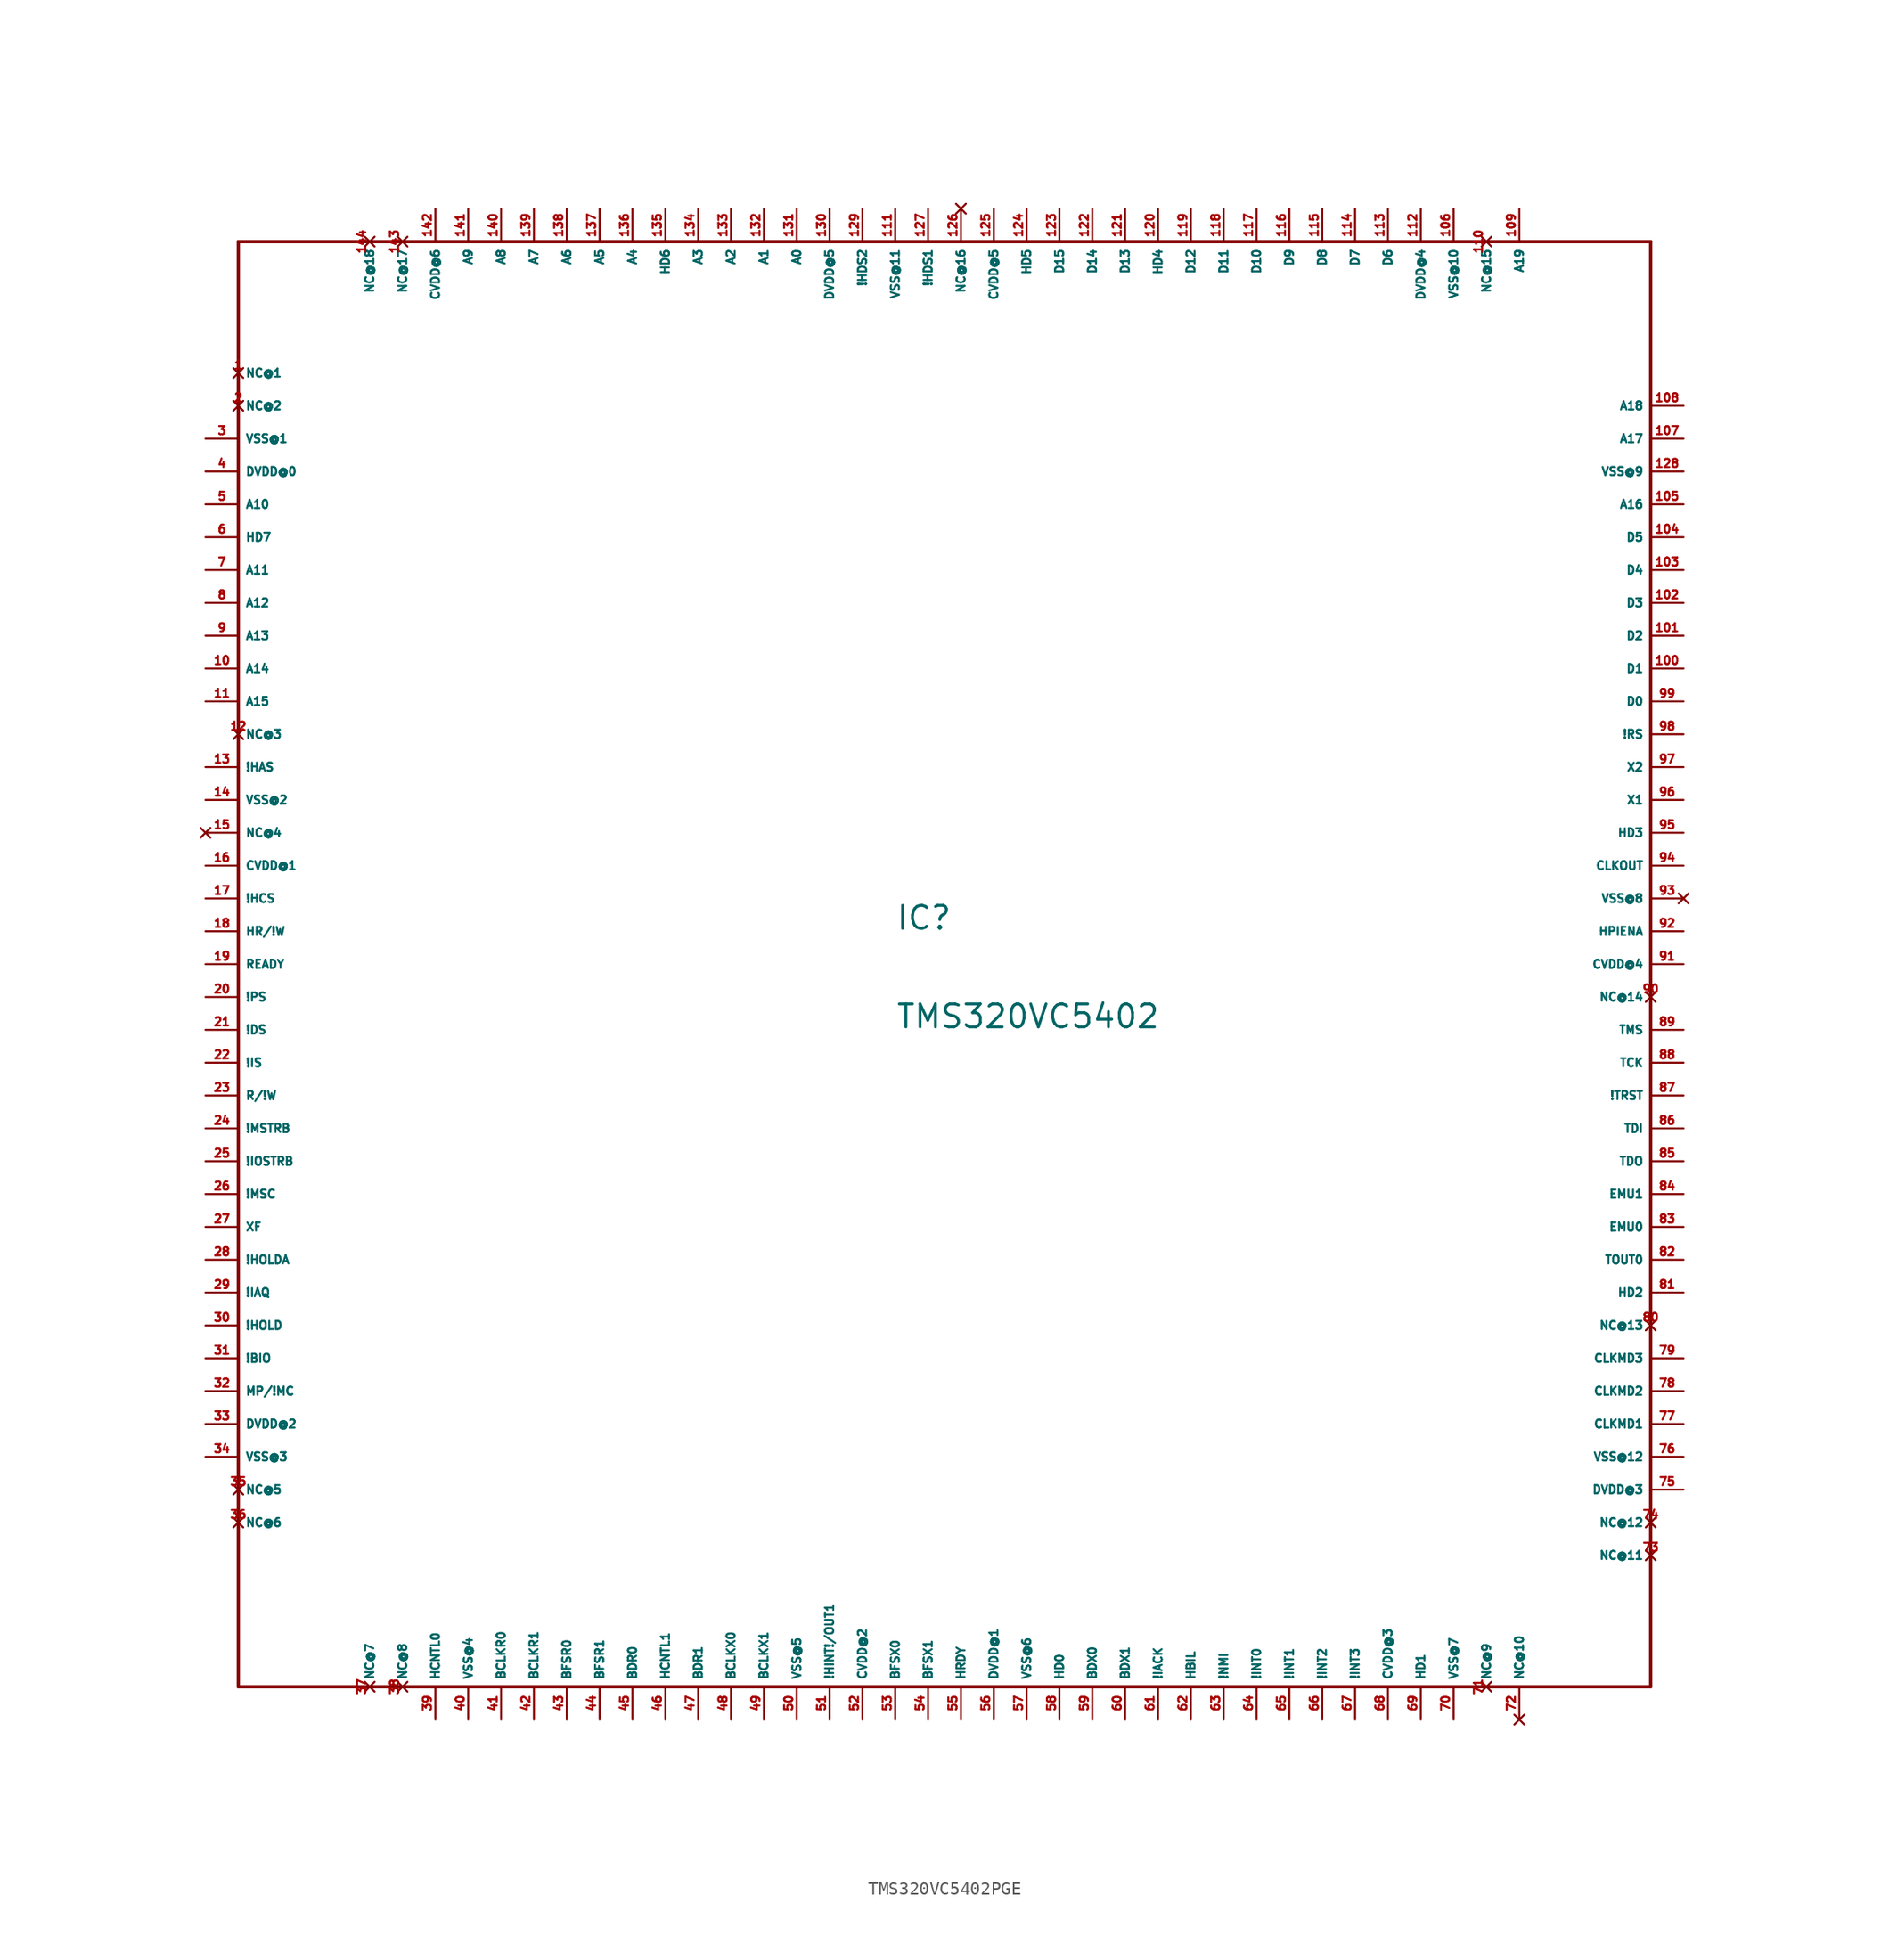
<source format=kicad_sym>
(kicad_symbol_lib
  (version 20220914)
  (generator Eagle2Kicad)
  (symbol "TMS320VC5402PGE"
    (property "Reference" "IC"
      (at -5.08 2.54 0)
      (effects (font (size 1.778 1.778) (thickness 0.22)) (justify left bottom)))
    (property "Value" "TMS320VC5402"
      (at -5.08 -5.08 0)
      (effects (font (size 1.778 1.778) (thickness 0.22)) (justify left bottom)))
    (polyline
      (pts (xy -55.88 55.88) (xy 53.34 55.88))
      (stroke (width 0.254) (type default))
      (fill (type none)))
    (polyline
      (pts (xy 53.34 55.88) (xy 53.34 -55.88))
      (stroke (width 0.254) (type default))
      (fill (type none)))
    (polyline
      (pts (xy 53.34 -55.88) (xy -55.88 -55.88))
      (stroke (width 0.254) (type default))
      (fill (type none)))
    (polyline
      (pts (xy -55.88 -55.88) (xy -55.88 55.88))
      (stroke (width 0.254) (type default))
      (fill (type none)))
    (pin no_connect line
      (at -55.88 45.72 0)
      (length 0)
      (name "NC@1" (effects (font (size 0.635 0.635) (thickness 0.08)) (justify left bottom) hide))
      (number "1" (effects (font (size 0.635 0.635) (thickness 0.08)) (justify left bottom) hide)))
    (pin no_connect line
      (at -55.88 43.18 0)
      (length 0)
      (name "NC@2" (effects (font (size 0.635 0.635) (thickness 0.08)) (justify left bottom) hide))
      (number "2" (effects (font (size 0.635 0.635) (thickness 0.08)) (justify left bottom) hide)))
    (pin unspecified line
      (at -58.42 40.64 0)
      (length 2.54)
      (name "VSS@1" (effects (font (size 0.635 0.635) (thickness 0.08)) (justify left bottom)))
      (number "3" (effects (font (size 0.635 0.635) (thickness 0.08)) (justify left bottom))))
    (pin unspecified line
      (at -58.42 38.1 0)
      (length 2.54)
      (name "DVDD@0" (effects (font (size 0.635 0.635) (thickness 0.08)) (justify left bottom)))
      (number "4" (effects (font (size 0.635 0.635) (thickness 0.08)) (justify left bottom))))
    (pin tri_state line
      (at -58.42 35.56 0)
      (length 2.54)
      (name "A10" (effects (font (size 0.635 0.635) (thickness 0.08)) (justify left bottom)))
      (number "5" (effects (font (size 0.635 0.635) (thickness 0.08)) (justify left bottom))))
    (pin tri_state line
      (at -58.42 33.02 0)
      (length 2.54)
      (name "HD7" (effects (font (size 0.635 0.635) (thickness 0.08)) (justify left bottom)))
      (number "6" (effects (font (size 0.635 0.635) (thickness 0.08)) (justify left bottom))))
    (pin tri_state line
      (at -58.42 30.48 0)
      (length 2.54)
      (name "A11" (effects (font (size 0.635 0.635) (thickness 0.08)) (justify left bottom)))
      (number "7" (effects (font (size 0.635 0.635) (thickness 0.08)) (justify left bottom))))
    (pin tri_state line
      (at -58.42 27.94 0)
      (length 2.54)
      (name "A12" (effects (font (size 0.635 0.635) (thickness 0.08)) (justify left bottom)))
      (number "8" (effects (font (size 0.635 0.635) (thickness 0.08)) (justify left bottom))))
    (pin tri_state line
      (at -58.42 25.4 0)
      (length 2.54)
      (name "A13" (effects (font (size 0.635 0.635) (thickness 0.08)) (justify left bottom)))
      (number "9" (effects (font (size 0.635 0.635) (thickness 0.08)) (justify left bottom))))
    (pin tri_state line
      (at -58.42 22.86 0)
      (length 2.54)
      (name "A14" (effects (font (size 0.635 0.635) (thickness 0.08)) (justify left bottom)))
      (number "10" (effects (font (size 0.635 0.635) (thickness 0.08)) (justify left bottom))))
    (pin tri_state line
      (at -58.42 20.32 0)
      (length 2.54)
      (name "A15" (effects (font (size 0.635 0.635) (thickness 0.08)) (justify left bottom)))
      (number "11" (effects (font (size 0.635 0.635) (thickness 0.08)) (justify left bottom))))
    (pin no_connect line
      (at -55.88 17.78 0)
      (length 0)
      (name "NC@3" (effects (font (size 0.635 0.635) (thickness 0.08)) (justify left bottom) hide))
      (number "12" (effects (font (size 0.635 0.635) (thickness 0.08)) (justify left bottom) hide)))
    (pin input line
      (at -58.42 15.24 0)
      (length 2.54)
      (name "!HAS" (effects (font (size 0.635 0.635) (thickness 0.08)) (justify left bottom)))
      (number "13" (effects (font (size 0.635 0.635) (thickness 0.08)) (justify left bottom))))
    (pin unspecified line
      (at -58.42 12.7 0)
      (length 2.54)
      (name "VSS@2" (effects (font (size 0.635 0.635) (thickness 0.08)) (justify left bottom)))
      (number "14" (effects (font (size 0.635 0.635) (thickness 0.08)) (justify left bottom))))
    (pin no_connect line
      (at -58.42 10.16 0)
      (length 2.54)
      (name "NC@4" (effects (font (size 0.635 0.635) (thickness 0.08)) (justify left bottom) hide))
      (number "15" (effects (font (size 0.635 0.635) (thickness 0.08)) (justify left bottom) hide)))
    (pin unspecified line
      (at -58.42 7.62 0)
      (length 2.54)
      (name "CVDD@1" (effects (font (size 0.635 0.635) (thickness 0.08)) (justify left bottom)))
      (number "16" (effects (font (size 0.635 0.635) (thickness 0.08)) (justify left bottom))))
    (pin input line
      (at -58.42 5.08 0)
      (length 2.54)
      (name "!HCS" (effects (font (size 0.635 0.635) (thickness 0.08)) (justify left bottom)))
      (number "17" (effects (font (size 0.635 0.635) (thickness 0.08)) (justify left bottom))))
    (pin input line
      (at -58.42 2.54 0)
      (length 2.54)
      (name "HR/!W" (effects (font (size 0.635 0.635) (thickness 0.08)) (justify left bottom)))
      (number "18" (effects (font (size 0.635 0.635) (thickness 0.08)) (justify left bottom))))
    (pin input line
      (at -58.42 0 0)
      (length 2.54)
      (name "READY" (effects (font (size 0.635 0.635) (thickness 0.08)) (justify left bottom)))
      (number "19" (effects (font (size 0.635 0.635) (thickness 0.08)) (justify left bottom))))
    (pin tri_state line
      (at -58.42 -2.54 0)
      (length 2.54)
      (name "!PS" (effects (font (size 0.635 0.635) (thickness 0.08)) (justify left bottom)))
      (number "20" (effects (font (size 0.635 0.635) (thickness 0.08)) (justify left bottom))))
    (pin tri_state line
      (at -58.42 -5.08 0)
      (length 2.54)
      (name "!DS" (effects (font (size 0.635 0.635) (thickness 0.08)) (justify left bottom)))
      (number "21" (effects (font (size 0.635 0.635) (thickness 0.08)) (justify left bottom))))
    (pin tri_state line
      (at -58.42 -7.62 0)
      (length 2.54)
      (name "!IS" (effects (font (size 0.635 0.635) (thickness 0.08)) (justify left bottom)))
      (number "22" (effects (font (size 0.635 0.635) (thickness 0.08)) (justify left bottom))))
    (pin tri_state line
      (at -58.42 -10.16 0)
      (length 2.54)
      (name "R/!W" (effects (font (size 0.635 0.635) (thickness 0.08)) (justify left bottom)))
      (number "23" (effects (font (size 0.635 0.635) (thickness 0.08)) (justify left bottom))))
    (pin tri_state line
      (at -58.42 -12.7 0)
      (length 2.54)
      (name "!MSTRB" (effects (font (size 0.635 0.635) (thickness 0.08)) (justify left bottom)))
      (number "24" (effects (font (size 0.635 0.635) (thickness 0.08)) (justify left bottom))))
    (pin tri_state line
      (at -58.42 -15.24 0)
      (length 2.54)
      (name "!IOSTRB" (effects (font (size 0.635 0.635) (thickness 0.08)) (justify left bottom)))
      (number "25" (effects (font (size 0.635 0.635) (thickness 0.08)) (justify left bottom))))
    (pin tri_state line
      (at -58.42 -17.78 0)
      (length 2.54)
      (name "!MSC" (effects (font (size 0.635 0.635) (thickness 0.08)) (justify left bottom)))
      (number "26" (effects (font (size 0.635 0.635) (thickness 0.08)) (justify left bottom))))
    (pin tri_state line
      (at -58.42 -20.32 0)
      (length 2.54)
      (name "XF" (effects (font (size 0.635 0.635) (thickness 0.08)) (justify left bottom)))
      (number "27" (effects (font (size 0.635 0.635) (thickness 0.08)) (justify left bottom))))
    (pin tri_state line
      (at -58.42 -22.86 0)
      (length 2.54)
      (name "!HOLDA" (effects (font (size 0.635 0.635) (thickness 0.08)) (justify left bottom)))
      (number "28" (effects (font (size 0.635 0.635) (thickness 0.08)) (justify left bottom))))
    (pin tri_state line
      (at -58.42 -25.4 0)
      (length 2.54)
      (name "!IAQ" (effects (font (size 0.635 0.635) (thickness 0.08)) (justify left bottom)))
      (number "29" (effects (font (size 0.635 0.635) (thickness 0.08)) (justify left bottom))))
    (pin input line
      (at -58.42 -27.94 0)
      (length 2.54)
      (name "!HOLD" (effects (font (size 0.635 0.635) (thickness 0.08)) (justify left bottom)))
      (number "30" (effects (font (size 0.635 0.635) (thickness 0.08)) (justify left bottom))))
    (pin input line
      (at -58.42 -30.48 0)
      (length 2.54)
      (name "!BIO" (effects (font (size 0.635 0.635) (thickness 0.08)) (justify left bottom)))
      (number "31" (effects (font (size 0.635 0.635) (thickness 0.08)) (justify left bottom))))
    (pin input line
      (at -58.42 -33.02 0)
      (length 2.54)
      (name "MP/!MC" (effects (font (size 0.635 0.635) (thickness 0.08)) (justify left bottom)))
      (number "32" (effects (font (size 0.635 0.635) (thickness 0.08)) (justify left bottom))))
    (pin unspecified line
      (at -58.42 -35.56 0)
      (length 2.54)
      (name "DVDD@2" (effects (font (size 0.635 0.635) (thickness 0.08)) (justify left bottom)))
      (number "33" (effects (font (size 0.635 0.635) (thickness 0.08)) (justify left bottom))))
    (pin unspecified line
      (at -58.42 -38.1 0)
      (length 2.54)
      (name "VSS@3" (effects (font (size 0.635 0.635) (thickness 0.08)) (justify left bottom)))
      (number "34" (effects (font (size 0.635 0.635) (thickness 0.08)) (justify left bottom))))
    (pin no_connect line
      (at -55.88 -40.64 0)
      (length 0)
      (name "NC@5" (effects (font (size 0.635 0.635) (thickness 0.08)) (justify left bottom) hide))
      (number "35" (effects (font (size 0.635 0.635) (thickness 0.08)) (justify left bottom) hide)))
    (pin no_connect line
      (at -55.88 -43.18 0)
      (length 0)
      (name "NC@6" (effects (font (size 0.635 0.635) (thickness 0.08)) (justify left bottom) hide))
      (number "36" (effects (font (size 0.635 0.635) (thickness 0.08)) (justify left bottom) hide)))
    (pin no_connect line
      (at -45.72 -55.88 90)
      (length 0)
      (name "NC@7" (effects (font (size 0.635 0.635) (thickness 0.08)) (justify left bottom) hide))
      (number "37" (effects (font (size 0.635 0.635) (thickness 0.08)) (justify left bottom) hide)))
    (pin no_connect line
      (at -43.18 -55.88 90)
      (length 0)
      (name "NC@8" (effects (font (size 0.635 0.635) (thickness 0.08)) (justify left bottom) hide))
      (number "38" (effects (font (size 0.635 0.635) (thickness 0.08)) (justify left bottom) hide)))
    (pin input line
      (at -40.64 -58.42 90)
      (length 2.54)
      (name "HCNTL0" (effects (font (size 0.635 0.635) (thickness 0.08)) (justify left bottom)))
      (number "39" (effects (font (size 0.635 0.635) (thickness 0.08)) (justify left bottom))))
    (pin unspecified line
      (at -38.1 -58.42 90)
      (length 2.54)
      (name "VSS@4" (effects (font (size 0.635 0.635) (thickness 0.08)) (justify left bottom)))
      (number "40" (effects (font (size 0.635 0.635) (thickness 0.08)) (justify left bottom))))
    (pin tri_state line
      (at -35.56 -58.42 90)
      (length 2.54)
      (name "BCLKR0" (effects (font (size 0.635 0.635) (thickness 0.08)) (justify left bottom)))
      (number "41" (effects (font (size 0.635 0.635) (thickness 0.08)) (justify left bottom))))
    (pin tri_state line
      (at -33.02 -58.42 90)
      (length 2.54)
      (name "BCLKR1" (effects (font (size 0.635 0.635) (thickness 0.08)) (justify left bottom)))
      (number "42" (effects (font (size 0.635 0.635) (thickness 0.08)) (justify left bottom))))
    (pin tri_state line
      (at -30.48 -58.42 90)
      (length 2.54)
      (name "BFSR0" (effects (font (size 0.635 0.635) (thickness 0.08)) (justify left bottom)))
      (number "43" (effects (font (size 0.635 0.635) (thickness 0.08)) (justify left bottom))))
    (pin tri_state line
      (at -27.94 -58.42 90)
      (length 2.54)
      (name "BFSR1" (effects (font (size 0.635 0.635) (thickness 0.08)) (justify left bottom)))
      (number "44" (effects (font (size 0.635 0.635) (thickness 0.08)) (justify left bottom))))
    (pin input line
      (at -25.4 -58.42 90)
      (length 2.54)
      (name "BDR0" (effects (font (size 0.635 0.635) (thickness 0.08)) (justify left bottom)))
      (number "45" (effects (font (size 0.635 0.635) (thickness 0.08)) (justify left bottom))))
    (pin input line
      (at -22.86 -58.42 90)
      (length 2.54)
      (name "HCNTL1" (effects (font (size 0.635 0.635) (thickness 0.08)) (justify left bottom)))
      (number "46" (effects (font (size 0.635 0.635) (thickness 0.08)) (justify left bottom))))
    (pin input line
      (at -20.32 -58.42 90)
      (length 2.54)
      (name "BDR1" (effects (font (size 0.635 0.635) (thickness 0.08)) (justify left bottom)))
      (number "47" (effects (font (size 0.635 0.635) (thickness 0.08)) (justify left bottom))))
    (pin tri_state line
      (at -17.78 -58.42 90)
      (length 2.54)
      (name "BCLKX0" (effects (font (size 0.635 0.635) (thickness 0.08)) (justify left bottom)))
      (number "48" (effects (font (size 0.635 0.635) (thickness 0.08)) (justify left bottom))))
    (pin tri_state line
      (at -15.24 -58.42 90)
      (length 2.54)
      (name "BCLKX1" (effects (font (size 0.635 0.635) (thickness 0.08)) (justify left bottom)))
      (number "49" (effects (font (size 0.635 0.635) (thickness 0.08)) (justify left bottom))))
    (pin unspecified line
      (at -12.7 -58.42 90)
      (length 2.54)
      (name "VSS@5" (effects (font (size 0.635 0.635) (thickness 0.08)) (justify left bottom)))
      (number "50" (effects (font (size 0.635 0.635) (thickness 0.08)) (justify left bottom))))
    (pin tri_state line
      (at -10.16 -58.42 90)
      (length 2.54)
      (name "!HINT!/OUT1" (effects (font (size 0.635 0.635) (thickness 0.08)) (justify left bottom)))
      (number "51" (effects (font (size 0.635 0.635) (thickness 0.08)) (justify left bottom))))
    (pin unspecified line
      (at -7.62 -58.42 90)
      (length 2.54)
      (name "CVDD@2" (effects (font (size 0.635 0.635) (thickness 0.08)) (justify left bottom)))
      (number "52" (effects (font (size 0.635 0.635) (thickness 0.08)) (justify left bottom))))
    (pin tri_state line
      (at -5.08 -58.42 90)
      (length 2.54)
      (name "BFSX0" (effects (font (size 0.635 0.635) (thickness 0.08)) (justify left bottom)))
      (number "53" (effects (font (size 0.635 0.635) (thickness 0.08)) (justify left bottom))))
    (pin tri_state line
      (at -2.54 -58.42 90)
      (length 2.54)
      (name "BFSX1" (effects (font (size 0.635 0.635) (thickness 0.08)) (justify left bottom)))
      (number "54" (effects (font (size 0.635 0.635) (thickness 0.08)) (justify left bottom))))
    (pin tri_state line
      (at 0 -58.42 90)
      (length 2.54)
      (name "HRDY" (effects (font (size 0.635 0.635) (thickness 0.08)) (justify left bottom)))
      (number "55" (effects (font (size 0.635 0.635) (thickness 0.08)) (justify left bottom))))
    (pin unspecified line
      (at 2.54 -58.42 90)
      (length 2.54)
      (name "DVDD@1" (effects (font (size 0.635 0.635) (thickness 0.08)) (justify left bottom)))
      (number "56" (effects (font (size 0.635 0.635) (thickness 0.08)) (justify left bottom))))
    (pin unspecified line
      (at 5.08 -58.42 90)
      (length 2.54)
      (name "VSS@6" (effects (font (size 0.635 0.635) (thickness 0.08)) (justify left bottom)))
      (number "57" (effects (font (size 0.635 0.635) (thickness 0.08)) (justify left bottom))))
    (pin tri_state line
      (at 7.62 -58.42 90)
      (length 2.54)
      (name "HD0" (effects (font (size 0.635 0.635) (thickness 0.08)) (justify left bottom)))
      (number "58" (effects (font (size 0.635 0.635) (thickness 0.08)) (justify left bottom))))
    (pin tri_state line
      (at 10.16 -58.42 90)
      (length 2.54)
      (name "BDX0" (effects (font (size 0.635 0.635) (thickness 0.08)) (justify left bottom)))
      (number "59" (effects (font (size 0.635 0.635) (thickness 0.08)) (justify left bottom))))
    (pin tri_state line
      (at 12.7 -58.42 90)
      (length 2.54)
      (name "BDX1" (effects (font (size 0.635 0.635) (thickness 0.08)) (justify left bottom)))
      (number "60" (effects (font (size 0.635 0.635) (thickness 0.08)) (justify left bottom))))
    (pin tri_state line
      (at 15.24 -58.42 90)
      (length 2.54)
      (name "!IACK" (effects (font (size 0.635 0.635) (thickness 0.08)) (justify left bottom)))
      (number "61" (effects (font (size 0.635 0.635) (thickness 0.08)) (justify left bottom))))
    (pin input line
      (at 17.78 -58.42 90)
      (length 2.54)
      (name "HBIL" (effects (font (size 0.635 0.635) (thickness 0.08)) (justify left bottom)))
      (number "62" (effects (font (size 0.635 0.635) (thickness 0.08)) (justify left bottom))))
    (pin input line
      (at 20.32 -58.42 90)
      (length 2.54)
      (name "!NMI" (effects (font (size 0.635 0.635) (thickness 0.08)) (justify left bottom)))
      (number "63" (effects (font (size 0.635 0.635) (thickness 0.08)) (justify left bottom))))
    (pin input line
      (at 22.86 -58.42 90)
      (length 2.54)
      (name "!INT0" (effects (font (size 0.635 0.635) (thickness 0.08)) (justify left bottom)))
      (number "64" (effects (font (size 0.635 0.635) (thickness 0.08)) (justify left bottom))))
    (pin input line
      (at 25.4 -58.42 90)
      (length 2.54)
      (name "!INT1" (effects (font (size 0.635 0.635) (thickness 0.08)) (justify left bottom)))
      (number "65" (effects (font (size 0.635 0.635) (thickness 0.08)) (justify left bottom))))
    (pin input line
      (at 27.94 -58.42 90)
      (length 2.54)
      (name "!INT2" (effects (font (size 0.635 0.635) (thickness 0.08)) (justify left bottom)))
      (number "66" (effects (font (size 0.635 0.635) (thickness 0.08)) (justify left bottom))))
    (pin input line
      (at 30.48 -58.42 90)
      (length 2.54)
      (name "!INT3" (effects (font (size 0.635 0.635) (thickness 0.08)) (justify left bottom)))
      (number "67" (effects (font (size 0.635 0.635) (thickness 0.08)) (justify left bottom))))
    (pin unspecified line
      (at 33.02 -58.42 90)
      (length 2.54)
      (name "CVDD@3" (effects (font (size 0.635 0.635) (thickness 0.08)) (justify left bottom)))
      (number "68" (effects (font (size 0.635 0.635) (thickness 0.08)) (justify left bottom))))
    (pin tri_state line
      (at 35.56 -58.42 90)
      (length 2.54)
      (name "HD1" (effects (font (size 0.635 0.635) (thickness 0.08)) (justify left bottom)))
      (number "69" (effects (font (size 0.635 0.635) (thickness 0.08)) (justify left bottom))))
    (pin unspecified line
      (at 38.1 -58.42 90)
      (length 2.54)
      (name "VSS@7" (effects (font (size 0.635 0.635) (thickness 0.08)) (justify left bottom)))
      (number "70" (effects (font (size 0.635 0.635) (thickness 0.08)) (justify left bottom))))
    (pin no_connect line
      (at 40.64 -55.88 90)
      (length 0)
      (name "NC@9" (effects (font (size 0.635 0.635) (thickness 0.08)) (justify left bottom) hide))
      (number "71" (effects (font (size 0.635 0.635) (thickness 0.08)) (justify left bottom) hide)))
    (pin no_connect line
      (at 43.18 -58.42 90)
      (length 2.54)
      (name "NC@10" (effects (font (size 0.635 0.635) (thickness 0.08)) (justify left bottom) hide))
      (number "72" (effects (font (size 0.635 0.635) (thickness 0.08)) (justify left bottom) hide)))
    (pin no_connect line
      (at 53.34 -45.72 180)
      (length 0)
      (name "NC@11" (effects (font (size 0.635 0.635) (thickness 0.08)) (justify left bottom) hide))
      (number "73" (effects (font (size 0.635 0.635) (thickness 0.08)) (justify left bottom) hide)))
    (pin no_connect line
      (at 53.34 -43.18 180)
      (length 0)
      (name "NC@12" (effects (font (size 0.635 0.635) (thickness 0.08)) (justify left bottom) hide))
      (number "74" (effects (font (size 0.635 0.635) (thickness 0.08)) (justify left bottom) hide)))
    (pin unspecified line
      (at 55.88 -40.64 180)
      (length 2.54)
      (name "DVDD@3" (effects (font (size 0.635 0.635) (thickness 0.08)) (justify left bottom)))
      (number "75" (effects (font (size 0.635 0.635) (thickness 0.08)) (justify left bottom))))
    (pin input line
      (at 55.88 -35.56 180)
      (length 2.54)
      (name "CLKMD1" (effects (font (size 0.635 0.635) (thickness 0.08)) (justify left bottom)))
      (number "77" (effects (font (size 0.635 0.635) (thickness 0.08)) (justify left bottom))))
    (pin input line
      (at 55.88 -33.02 180)
      (length 2.54)
      (name "CLKMD2" (effects (font (size 0.635 0.635) (thickness 0.08)) (justify left bottom)))
      (number "78" (effects (font (size 0.635 0.635) (thickness 0.08)) (justify left bottom))))
    (pin input line
      (at 55.88 -30.48 180)
      (length 2.54)
      (name "CLKMD3" (effects (font (size 0.635 0.635) (thickness 0.08)) (justify left bottom)))
      (number "79" (effects (font (size 0.635 0.635) (thickness 0.08)) (justify left bottom))))
    (pin no_connect line
      (at 53.34 -27.94 180)
      (length 0)
      (name "NC@13" (effects (font (size 0.635 0.635) (thickness 0.08)) (justify left bottom) hide))
      (number "80" (effects (font (size 0.635 0.635) (thickness 0.08)) (justify left bottom) hide)))
    (pin tri_state line
      (at 55.88 -25.4 180)
      (length 2.54)
      (name "HD2" (effects (font (size 0.635 0.635) (thickness 0.08)) (justify left bottom)))
      (number "81" (effects (font (size 0.635 0.635) (thickness 0.08)) (justify left bottom))))
    (pin tri_state line
      (at 55.88 -22.86 180)
      (length 2.54)
      (name "TOUT0" (effects (font (size 0.635 0.635) (thickness 0.08)) (justify left bottom)))
      (number "82" (effects (font (size 0.635 0.635) (thickness 0.08)) (justify left bottom))))
    (pin tri_state line
      (at 55.88 -20.32 180)
      (length 2.54)
      (name "EMU0" (effects (font (size 0.635 0.635) (thickness 0.08)) (justify left bottom)))
      (number "83" (effects (font (size 0.635 0.635) (thickness 0.08)) (justify left bottom))))
    (pin tri_state line
      (at 55.88 -17.78 180)
      (length 2.54)
      (name "EMU1" (effects (font (size 0.635 0.635) (thickness 0.08)) (justify left bottom)))
      (number "84" (effects (font (size 0.635 0.635) (thickness 0.08)) (justify left bottom))))
    (pin tri_state line
      (at 55.88 -15.24 180)
      (length 2.54)
      (name "TDO" (effects (font (size 0.635 0.635) (thickness 0.08)) (justify left bottom)))
      (number "85" (effects (font (size 0.635 0.635) (thickness 0.08)) (justify left bottom))))
    (pin input line
      (at 55.88 -12.7 180)
      (length 2.54)
      (name "TDI" (effects (font (size 0.635 0.635) (thickness 0.08)) (justify left bottom)))
      (number "86" (effects (font (size 0.635 0.635) (thickness 0.08)) (justify left bottom))))
    (pin input line
      (at 55.88 -10.16 180)
      (length 2.54)
      (name "!TRST" (effects (font (size 0.635 0.635) (thickness 0.08)) (justify left bottom)))
      (number "87" (effects (font (size 0.635 0.635) (thickness 0.08)) (justify left bottom))))
    (pin input line
      (at 55.88 -7.62 180)
      (length 2.54)
      (name "TCK" (effects (font (size 0.635 0.635) (thickness 0.08)) (justify left bottom)))
      (number "88" (effects (font (size 0.635 0.635) (thickness 0.08)) (justify left bottom))))
    (pin input line
      (at 55.88 -5.08 180)
      (length 2.54)
      (name "TMS" (effects (font (size 0.635 0.635) (thickness 0.08)) (justify left bottom)))
      (number "89" (effects (font (size 0.635 0.635) (thickness 0.08)) (justify left bottom))))
    (pin no_connect line
      (at 53.34 -2.54 180)
      (length 0)
      (name "NC@14" (effects (font (size 0.635 0.635) (thickness 0.08)) (justify left bottom) hide))
      (number "90" (effects (font (size 0.635 0.635) (thickness 0.08)) (justify left bottom) hide)))
    (pin unspecified line
      (at 55.88 0 180)
      (length 2.54)
      (name "CVDD@4" (effects (font (size 0.635 0.635) (thickness 0.08)) (justify left bottom)))
      (number "91" (effects (font (size 0.635 0.635) (thickness 0.08)) (justify left bottom))))
    (pin input line
      (at 55.88 2.54 180)
      (length 2.54)
      (name "HPIENA" (effects (font (size 0.635 0.635) (thickness 0.08)) (justify left bottom)))
      (number "92" (effects (font (size 0.635 0.635) (thickness 0.08)) (justify left bottom))))
    (pin no_connect line
      (at 55.88 5.08 180)
      (length 2.54)
      (name "VSS@8" (effects (font (size 0.635 0.635) (thickness 0.08)) (justify left bottom) hide))
      (number "93" (effects (font (size 0.635 0.635) (thickness 0.08)) (justify left bottom) hide)))
    (pin tri_state line
      (at 55.88 7.62 180)
      (length 2.54)
      (name "CLKOUT" (effects (font (size 0.635 0.635) (thickness 0.08)) (justify left bottom)))
      (number "94" (effects (font (size 0.635 0.635) (thickness 0.08)) (justify left bottom))))
    (pin tri_state line
      (at 55.88 10.16 180)
      (length 2.54)
      (name "HD3" (effects (font (size 0.635 0.635) (thickness 0.08)) (justify left bottom)))
      (number "95" (effects (font (size 0.635 0.635) (thickness 0.08)) (justify left bottom))))
    (pin output line
      (at 55.88 12.7 180)
      (length 2.54)
      (name "X1" (effects (font (size 0.635 0.635) (thickness 0.08)) (justify left bottom)))
      (number "96" (effects (font (size 0.635 0.635) (thickness 0.08)) (justify left bottom))))
    (pin input line
      (at 55.88 15.24 180)
      (length 2.54)
      (name "X2" (effects (font (size 0.635 0.635) (thickness 0.08)) (justify left bottom)))
      (number "97" (effects (font (size 0.635 0.635) (thickness 0.08)) (justify left bottom))))
    (pin input line
      (at 55.88 17.78 180)
      (length 2.54)
      (name "!RS" (effects (font (size 0.635 0.635) (thickness 0.08)) (justify left bottom)))
      (number "98" (effects (font (size 0.635 0.635) (thickness 0.08)) (justify left bottom))))
    (pin tri_state line
      (at 55.88 20.32 180)
      (length 2.54)
      (name "D0" (effects (font (size 0.635 0.635) (thickness 0.08)) (justify left bottom)))
      (number "99" (effects (font (size 0.635 0.635) (thickness 0.08)) (justify left bottom))))
    (pin tri_state line
      (at 55.88 22.86 180)
      (length 2.54)
      (name "D1" (effects (font (size 0.635 0.635) (thickness 0.08)) (justify left bottom)))
      (number "100" (effects (font (size 0.635 0.635) (thickness 0.08)) (justify left bottom))))
    (pin tri_state line
      (at 55.88 25.4 180)
      (length 2.54)
      (name "D2" (effects (font (size 0.635 0.635) (thickness 0.08)) (justify left bottom)))
      (number "101" (effects (font (size 0.635 0.635) (thickness 0.08)) (justify left bottom))))
    (pin tri_state line
      (at 55.88 27.94 180)
      (length 2.54)
      (name "D3" (effects (font (size 0.635 0.635) (thickness 0.08)) (justify left bottom)))
      (number "102" (effects (font (size 0.635 0.635) (thickness 0.08)) (justify left bottom))))
    (pin tri_state line
      (at 55.88 30.48 180)
      (length 2.54)
      (name "D4" (effects (font (size 0.635 0.635) (thickness 0.08)) (justify left bottom)))
      (number "103" (effects (font (size 0.635 0.635) (thickness 0.08)) (justify left bottom))))
    (pin tri_state line
      (at 55.88 33.02 180)
      (length 2.54)
      (name "D5" (effects (font (size 0.635 0.635) (thickness 0.08)) (justify left bottom)))
      (number "104" (effects (font (size 0.635 0.635) (thickness 0.08)) (justify left bottom))))
    (pin tri_state line
      (at 55.88 35.56 180)
      (length 2.54)
      (name "A16" (effects (font (size 0.635 0.635) (thickness 0.08)) (justify left bottom)))
      (number "105" (effects (font (size 0.635 0.635) (thickness 0.08)) (justify left bottom))))
    (pin unspecified line
      (at 55.88 38.1 180)
      (length 2.54)
      (name "VSS@9" (effects (font (size 0.635 0.635) (thickness 0.08)) (justify left bottom)))
      (number "128" (effects (font (size 0.635 0.635) (thickness 0.08)) (justify left bottom))))
    (pin tri_state line
      (at 55.88 40.64 180)
      (length 2.54)
      (name "A17" (effects (font (size 0.635 0.635) (thickness 0.08)) (justify left bottom)))
      (number "107" (effects (font (size 0.635 0.635) (thickness 0.08)) (justify left bottom))))
    (pin tri_state line
      (at 55.88 43.18 180)
      (length 2.54)
      (name "A18" (effects (font (size 0.635 0.635) (thickness 0.08)) (justify left bottom)))
      (number "108" (effects (font (size 0.635 0.635) (thickness 0.08)) (justify left bottom))))
    (pin tri_state line
      (at 43.18 58.42 270)
      (length 2.54)
      (name "A19" (effects (font (size 0.635 0.635) (thickness 0.08)) (justify left bottom)))
      (number "109" (effects (font (size 0.635 0.635) (thickness 0.08)) (justify left bottom))))
    (pin no_connect line
      (at 40.64 55.88 270)
      (length 0)
      (name "NC@15" (effects (font (size 0.635 0.635) (thickness 0.08)) (justify left bottom) hide))
      (number "110" (effects (font (size 0.635 0.635) (thickness 0.08)) (justify left bottom) hide)))
    (pin unspecified line
      (at 38.1 58.42 270)
      (length 2.54)
      (name "VSS@10" (effects (font (size 0.635 0.635) (thickness 0.08)) (justify left bottom)))
      (number "106" (effects (font (size 0.635 0.635) (thickness 0.08)) (justify left bottom))))
    (pin unspecified line
      (at 35.56 58.42 270)
      (length 2.54)
      (name "DVDD@4" (effects (font (size 0.635 0.635) (thickness 0.08)) (justify left bottom)))
      (number "112" (effects (font (size 0.635 0.635) (thickness 0.08)) (justify left bottom))))
    (pin tri_state line
      (at 33.02 58.42 270)
      (length 2.54)
      (name "D6" (effects (font (size 0.635 0.635) (thickness 0.08)) (justify left bottom)))
      (number "113" (effects (font (size 0.635 0.635) (thickness 0.08)) (justify left bottom))))
    (pin tri_state line
      (at 30.48 58.42 270)
      (length 2.54)
      (name "D7" (effects (font (size 0.635 0.635) (thickness 0.08)) (justify left bottom)))
      (number "114" (effects (font (size 0.635 0.635) (thickness 0.08)) (justify left bottom))))
    (pin tri_state line
      (at 27.94 58.42 270)
      (length 2.54)
      (name "D8" (effects (font (size 0.635 0.635) (thickness 0.08)) (justify left bottom)))
      (number "115" (effects (font (size 0.635 0.635) (thickness 0.08)) (justify left bottom))))
    (pin tri_state line
      (at 25.4 58.42 270)
      (length 2.54)
      (name "D9" (effects (font (size 0.635 0.635) (thickness 0.08)) (justify left bottom)))
      (number "116" (effects (font (size 0.635 0.635) (thickness 0.08)) (justify left bottom))))
    (pin tri_state line
      (at 22.86 58.42 270)
      (length 2.54)
      (name "D10" (effects (font (size 0.635 0.635) (thickness 0.08)) (justify left bottom)))
      (number "117" (effects (font (size 0.635 0.635) (thickness 0.08)) (justify left bottom))))
    (pin tri_state line
      (at 20.32 58.42 270)
      (length 2.54)
      (name "D11" (effects (font (size 0.635 0.635) (thickness 0.08)) (justify left bottom)))
      (number "118" (effects (font (size 0.635 0.635) (thickness 0.08)) (justify left bottom))))
    (pin tri_state line
      (at 17.78 58.42 270)
      (length 2.54)
      (name "D12" (effects (font (size 0.635 0.635) (thickness 0.08)) (justify left bottom)))
      (number "119" (effects (font (size 0.635 0.635) (thickness 0.08)) (justify left bottom))))
    (pin tri_state line
      (at 15.24 58.42 270)
      (length 2.54)
      (name "HD4" (effects (font (size 0.635 0.635) (thickness 0.08)) (justify left bottom)))
      (number "120" (effects (font (size 0.635 0.635) (thickness 0.08)) (justify left bottom))))
    (pin tri_state line
      (at 12.7 58.42 270)
      (length 2.54)
      (name "D13" (effects (font (size 0.635 0.635) (thickness 0.08)) (justify left bottom)))
      (number "121" (effects (font (size 0.635 0.635) (thickness 0.08)) (justify left bottom))))
    (pin tri_state line
      (at 10.16 58.42 270)
      (length 2.54)
      (name "D14" (effects (font (size 0.635 0.635) (thickness 0.08)) (justify left bottom)))
      (number "122" (effects (font (size 0.635 0.635) (thickness 0.08)) (justify left bottom))))
    (pin tri_state line
      (at 7.62 58.42 270)
      (length 2.54)
      (name "D15" (effects (font (size 0.635 0.635) (thickness 0.08)) (justify left bottom)))
      (number "123" (effects (font (size 0.635 0.635) (thickness 0.08)) (justify left bottom))))
    (pin tri_state line
      (at 5.08 58.42 270)
      (length 2.54)
      (name "HD5" (effects (font (size 0.635 0.635) (thickness 0.08)) (justify left bottom)))
      (number "124" (effects (font (size 0.635 0.635) (thickness 0.08)) (justify left bottom))))
    (pin unspecified line
      (at 2.54 58.42 270)
      (length 2.54)
      (name "CVDD@5" (effects (font (size 0.635 0.635) (thickness 0.08)) (justify left bottom)))
      (number "125" (effects (font (size 0.635 0.635) (thickness 0.08)) (justify left bottom))))
    (pin no_connect line
      (at 0 58.42 270)
      (length 2.54)
      (name "NC@16" (effects (font (size 0.635 0.635) (thickness 0.08)) (justify left bottom) hide))
      (number "126" (effects (font (size 0.635 0.635) (thickness 0.08)) (justify left bottom) hide)))
    (pin input line
      (at -2.54 58.42 270)
      (length 2.54)
      (name "!HDS1" (effects (font (size 0.635 0.635) (thickness 0.08)) (justify left bottom)))
      (number "127" (effects (font (size 0.635 0.635) (thickness 0.08)) (justify left bottom))))
    (pin unspecified line
      (at -5.08 58.42 270)
      (length 2.54)
      (name "VSS@11" (effects (font (size 0.635 0.635) (thickness 0.08)) (justify left bottom)))
      (number "111" (effects (font (size 0.635 0.635) (thickness 0.08)) (justify left bottom))))
    (pin input line
      (at -7.62 58.42 270)
      (length 2.54)
      (name "!HDS2" (effects (font (size 0.635 0.635) (thickness 0.08)) (justify left bottom)))
      (number "129" (effects (font (size 0.635 0.635) (thickness 0.08)) (justify left bottom))))
    (pin unspecified line
      (at -10.16 58.42 270)
      (length 2.54)
      (name "DVDD@5" (effects (font (size 0.635 0.635) (thickness 0.08)) (justify left bottom)))
      (number "130" (effects (font (size 0.635 0.635) (thickness 0.08)) (justify left bottom))))
    (pin tri_state line
      (at -12.7 58.42 270)
      (length 2.54)
      (name "A0" (effects (font (size 0.635 0.635) (thickness 0.08)) (justify left bottom)))
      (number "131" (effects (font (size 0.635 0.635) (thickness 0.08)) (justify left bottom))))
    (pin tri_state line
      (at -15.24 58.42 270)
      (length 2.54)
      (name "A1" (effects (font (size 0.635 0.635) (thickness 0.08)) (justify left bottom)))
      (number "132" (effects (font (size 0.635 0.635) (thickness 0.08)) (justify left bottom))))
    (pin tri_state line
      (at -17.78 58.42 270)
      (length 2.54)
      (name "A2" (effects (font (size 0.635 0.635) (thickness 0.08)) (justify left bottom)))
      (number "133" (effects (font (size 0.635 0.635) (thickness 0.08)) (justify left bottom))))
    (pin tri_state line
      (at -20.32 58.42 270)
      (length 2.54)
      (name "A3" (effects (font (size 0.635 0.635) (thickness 0.08)) (justify left bottom)))
      (number "134" (effects (font (size 0.635 0.635) (thickness 0.08)) (justify left bottom))))
    (pin tri_state line
      (at -22.86 58.42 270)
      (length 2.54)
      (name "HD6" (effects (font (size 0.635 0.635) (thickness 0.08)) (justify left bottom)))
      (number "135" (effects (font (size 0.635 0.635) (thickness 0.08)) (justify left bottom))))
    (pin tri_state line
      (at -25.4 58.42 270)
      (length 2.54)
      (name "A4" (effects (font (size 0.635 0.635) (thickness 0.08)) (justify left bottom)))
      (number "136" (effects (font (size 0.635 0.635) (thickness 0.08)) (justify left bottom))))
    (pin tri_state line
      (at -27.94 58.42 270)
      (length 2.54)
      (name "A5" (effects (font (size 0.635 0.635) (thickness 0.08)) (justify left bottom)))
      (number "137" (effects (font (size 0.635 0.635) (thickness 0.08)) (justify left bottom))))
    (pin tri_state line
      (at -30.48 58.42 270)
      (length 2.54)
      (name "A6" (effects (font (size 0.635 0.635) (thickness 0.08)) (justify left bottom)))
      (number "138" (effects (font (size 0.635 0.635) (thickness 0.08)) (justify left bottom))))
    (pin tri_state line
      (at -33.02 58.42 270)
      (length 2.54)
      (name "A7" (effects (font (size 0.635 0.635) (thickness 0.08)) (justify left bottom)))
      (number "139" (effects (font (size 0.635 0.635) (thickness 0.08)) (justify left bottom))))
    (pin tri_state line
      (at -35.56 58.42 270)
      (length 2.54)
      (name "A8" (effects (font (size 0.635 0.635) (thickness 0.08)) (justify left bottom)))
      (number "140" (effects (font (size 0.635 0.635) (thickness 0.08)) (justify left bottom))))
    (pin tri_state line
      (at -38.1 58.42 270)
      (length 2.54)
      (name "A9" (effects (font (size 0.635 0.635) (thickness 0.08)) (justify left bottom)))
      (number "141" (effects (font (size 0.635 0.635) (thickness 0.08)) (justify left bottom))))
    (pin unspecified line
      (at -40.64 58.42 270)
      (length 2.54)
      (name "CVDD@6" (effects (font (size 0.635 0.635) (thickness 0.08)) (justify left bottom)))
      (number "142" (effects (font (size 0.635 0.635) (thickness 0.08)) (justify left bottom))))
    (pin no_connect line
      (at -43.18 55.88 270)
      (length 0)
      (name "NC@17" (effects (font (size 0.635 0.635) (thickness 0.08)) (justify left bottom) hide))
      (number "143" (effects (font (size 0.635 0.635) (thickness 0.08)) (justify left bottom) hide)))
    (pin no_connect line
      (at -45.72 55.88 270)
      (length 0)
      (name "NC@18" (effects (font (size 0.635 0.635) (thickness 0.08)) (justify left bottom) hide))
      (number "144" (effects (font (size 0.635 0.635) (thickness 0.08)) (justify left bottom) hide)))
    (pin unspecified line
      (at 55.88 -38.1 180)
      (length 2.54)
      (name "VSS@12" (effects (font (size 0.635 0.635) (thickness 0.08)) (justify left bottom)))
      (number "76" (effects (font (size 0.635 0.635) (thickness 0.08)) (justify left bottom))))))
</source>
